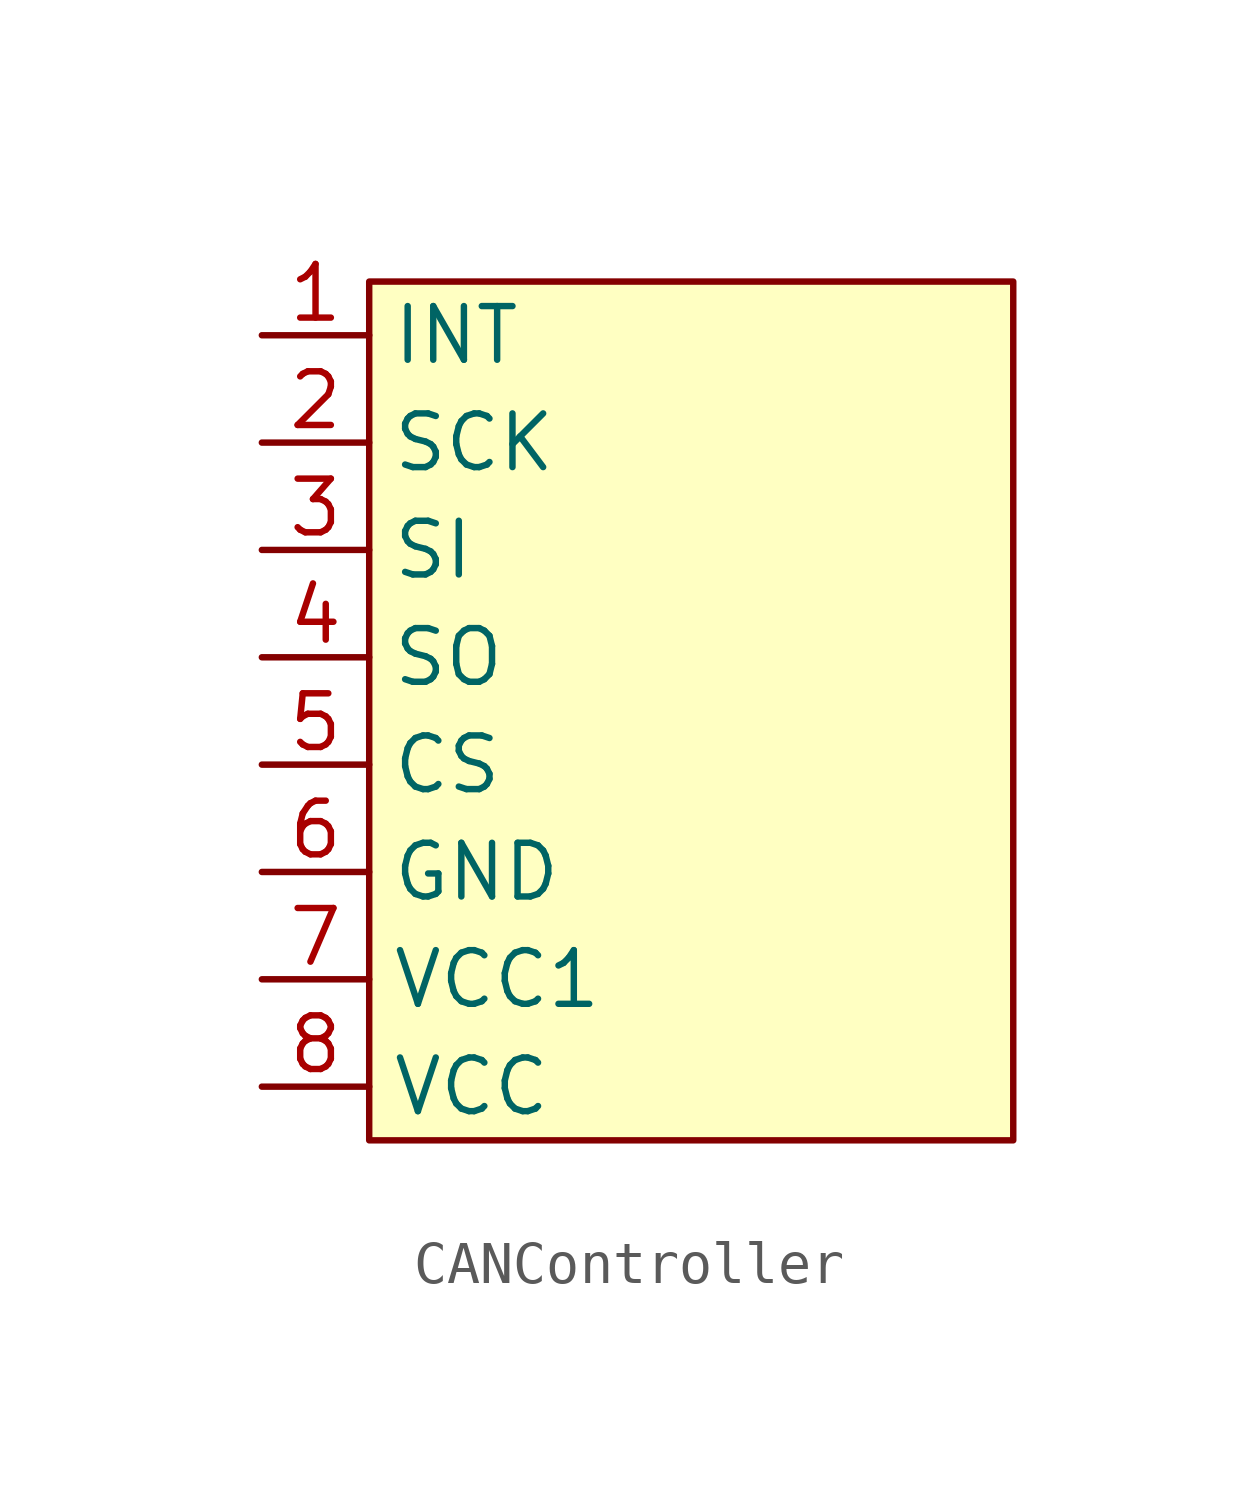
<source format=kicad_sym>
(kicad_symbol_lib
  (version 20241209)
  (generator "kicad_symbol_editor")
  (generator_version "9.0")
  (symbol "CANController"
    (property "Reference" "U"
      (at 0 0 0)
      (effects (font (size 1.27 1.27)) (hide yes)))
    (property "Value" ""
      (at 0 0 0)
      (effects (font (size 1.27 1.27))))
    (symbol "CANController_1_1"
      (rectangle (start -7.62 8.89) (end 7.62 -11.43) (stroke (width 0) (type solid)) (fill (type background)))
      (pin input line (at -10.16 7.62 0) (length 2.54) (name "INT" (effects (font (size 1.27 1.27)))) (number "1" (effects (font (size 1.27 1.27)))))
      (pin input line (at -10.16 5.08 0) (length 2.54) (name "SCK" (effects (font (size 1.27 1.27)))) (number "2" (effects (font (size 1.27 1.27)))))
      (pin input line (at -10.16 2.54 0) (length 2.54) (name "SI" (effects (font (size 1.27 1.27)))) (number "3" (effects (font (size 1.27 1.27)))))
      (pin input line (at -10.16 0 0) (length 2.54) (name "SO" (effects (font (size 1.27 1.27)))) (number "4" (effects (font (size 1.27 1.27)))))
      (pin input line (at -10.16 -2.54 0) (length 2.54) (name "CS" (effects (font (size 1.27 1.27)))) (number "5" (effects (font (size 1.27 1.27)))))
      (pin input line (at -10.16 -5.08 0) (length 2.54) (name "GND" (effects (font (size 1.27 1.27)))) (number "6" (effects (font (size 1.27 1.27)))))
      (pin input line (at -10.16 -7.62 0) (length 2.54) (name "VCC1" (effects (font (size 1.27 1.27)))) (number "7" (effects (font (size 1.27 1.27)))))
      (pin input line (at -10.16 -10.16 0) (length 2.54) (name "VCC" (effects (font (size 1.27 1.27)))) (number "8" (effects (font (size 1.27 1.27))))))))
</source>
